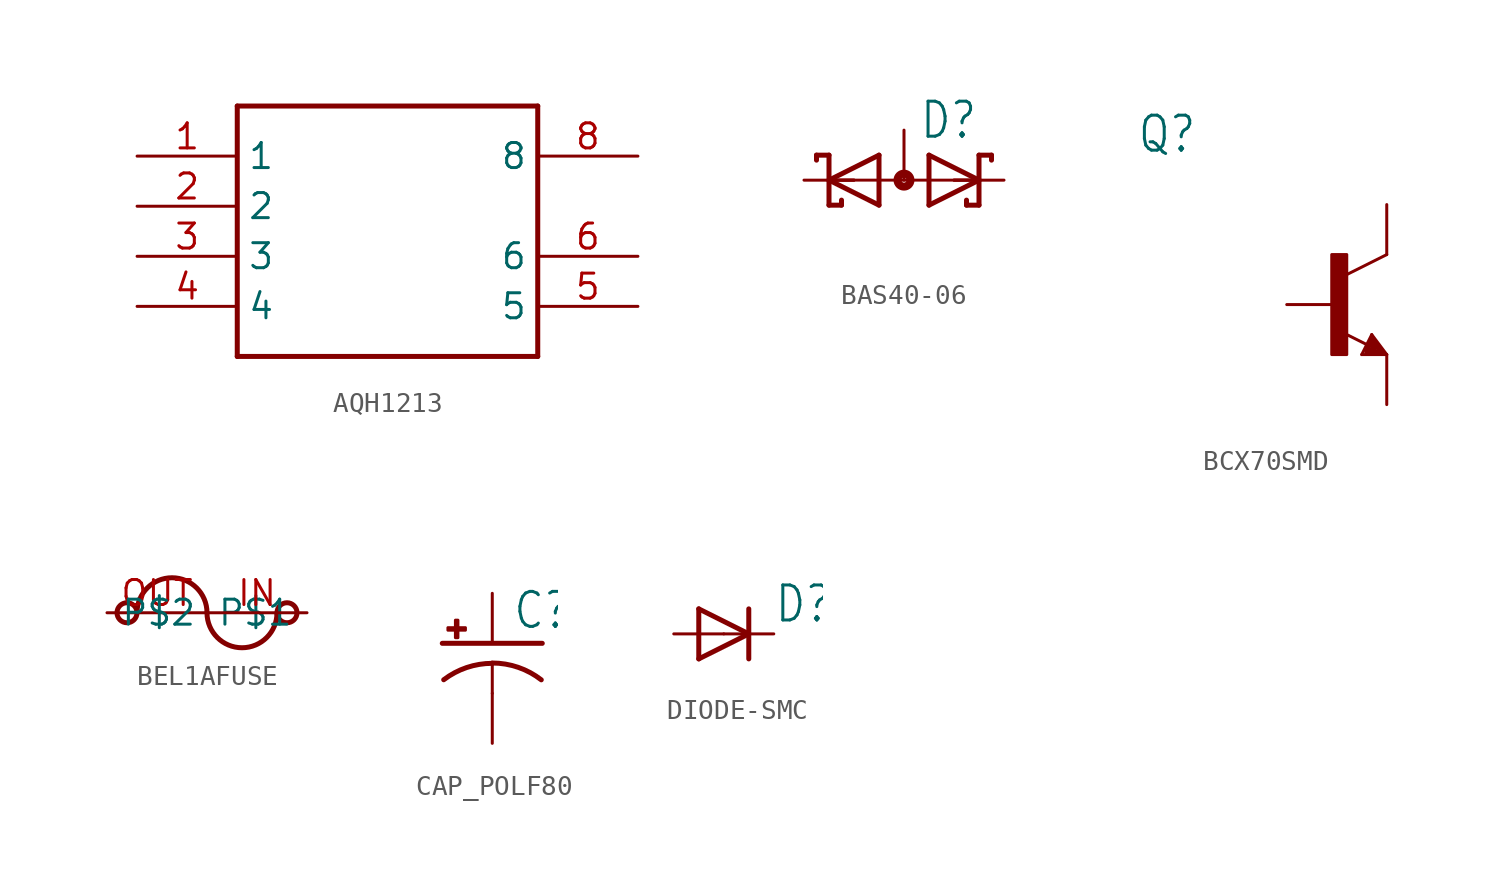
<source format=kicad_sym>
(kicad_symbol_lib
  (version 20220914)
  (generator kicad_symbol_editor)
  (symbol "AQH1213"
    (property "Reference" ""
      (at 0 0 0)
      (effects (font (size 1.27 1.27)) hide))
    (property "ki_locked" ""
      (at 0 0 0)
      (effects (font (size 1.27 1.27))))
    (symbol "AQH1213_1_0"
      (polyline (pts (xy -7.62 -7.62) (xy -7.62 5.08)) (stroke (width 0.254) (type solid)) (fill (type none)))
      (polyline (pts (xy -7.62 -7.62) (xy 7.62 -7.62)) (stroke (width 0.254) (type solid)) (fill (type none)))
      (polyline (pts (xy -7.62 5.08) (xy 7.62 5.08)) (stroke (width 0.254) (type solid)) (fill (type none)))
      (polyline (pts (xy 7.62 5.08) (xy 7.62 -7.62)) (stroke (width 0.254) (type solid)) (fill (type none)))
      (pin bidirectional line (at -12.7 2.54 0) (length 5.08) (name "1" (effects (font (size 1.27 1.27)))) (number "1" (effects (font (size 1.27 1.27)))))
      (pin bidirectional line (at -12.7 0 0) (length 5.08) (name "2" (effects (font (size 1.27 1.27)))) (number "2" (effects (font (size 1.27 1.27)))))
      (pin bidirectional line (at -12.7 -2.54 0) (length 5.08) (name "3" (effects (font (size 1.27 1.27)))) (number "3" (effects (font (size 1.27 1.27)))))
      (pin bidirectional line (at -12.7 -5.08 0) (length 5.08) (name "4" (effects (font (size 1.27 1.27)))) (number "4" (effects (font (size 1.27 1.27)))))
      (pin bidirectional line (at 12.7 -5.08 180) (length 5.08) (name "5" (effects (font (size 1.27 1.27)))) (number "5" (effects (font (size 1.27 1.27)))))
      (pin bidirectional line (at 12.7 -2.54 180) (length 5.08) (name "6" (effects (font (size 1.27 1.27)))) (number "6" (effects (font (size 1.27 1.27)))))
      (pin bidirectional line (at 12.7 2.54 180) (length 5.08) (name "8" (effects (font (size 1.27 1.27)))) (number "8" (effects (font (size 1.27 1.27)))))))
  (symbol "BAS40-06"
    (property "Reference" "D"
      (at 0.762 2.007 0)
      (effects (font (size 1.778 1.511)) (justify left bottom)))
    (property "Value" ""
      (at -4.318 -3.962 0)
      (effects (font (size 1.778 1.511)) (justify left bottom)))
    (property "ki_locked" ""
      (at 0 0 0)
      (effects (font (size 1.27 1.27))))
    (symbol "BAS40-06_1_0"
      (polyline (pts (xy -4.445 1.016) (xy -4.445 1.27)) (stroke (width 0.254) (type solid)) (fill (type none)))
      (polyline (pts (xy -4.445 1.27) (xy -3.81 1.27)) (stroke (width 0.254) (type solid)) (fill (type none)))
      (polyline (pts (xy -3.81 -1.27) (xy -3.175 -1.27)) (stroke (width 0.254) (type solid)) (fill (type none)))
      (polyline (pts (xy -3.81 0) (xy -3.81 -1.27)) (stroke (width 0.254) (type solid)) (fill (type none)))
      (polyline (pts (xy -3.81 0) (xy -1.27 1.27)) (stroke (width 0.254) (type solid)) (fill (type none)))
      (polyline (pts (xy -3.81 0) (xy 3.81 0)) (stroke (width 0.152) (type solid)) (fill (type none)))
      (polyline (pts (xy -3.81 1.27) (xy -3.81 0)) (stroke (width 0.254) (type solid)) (fill (type none)))
      (polyline (pts (xy -3.175 -1.016) (xy -3.175 -1.27)) (stroke (width 0.254) (type solid)) (fill (type none)))
      (polyline (pts (xy -2.54 0) (xy -3.81 0)) (stroke (width 0.152) (type solid)) (fill (type none)))
      (polyline (pts (xy -1.27 -1.27) (xy -3.81 0)) (stroke (width 0.254) (type solid)) (fill (type none)))
      (polyline (pts (xy -1.27 1.27) (xy -1.27 -1.27)) (stroke (width 0.254) (type solid)) (fill (type none)))
      (polyline (pts (xy 1.27 -1.27) (xy 1.27 1.27)) (stroke (width 0.254) (type solid)) (fill (type none)))
      (polyline (pts (xy 1.27 1.27) (xy 3.81 0)) (stroke (width 0.254) (type solid)) (fill (type none)))
      (polyline (pts (xy 2.54 0) (xy 3.81 0)) (stroke (width 0.152) (type solid)) (fill (type none)))
      (polyline (pts (xy 3.175 -1.27) (xy 3.81 -1.27)) (stroke (width 0.254) (type solid)) (fill (type none)))
      (polyline (pts (xy 3.175 -1.016) (xy 3.175 -1.27)) (stroke (width 0.254) (type solid)) (fill (type none)))
      (polyline (pts (xy 3.81 -1.27) (xy 3.81 0)) (stroke (width 0.254) (type solid)) (fill (type none)))
      (polyline (pts (xy 3.81 0) (xy 1.27 -1.27)) (stroke (width 0.254) (type solid)) (fill (type none)))
      (polyline (pts (xy 3.81 0) (xy 3.81 1.27)) (stroke (width 0.254) (type solid)) (fill (type none)))
      (polyline (pts (xy 3.81 1.27) (xy 4.445 1.27)) (stroke (width 0.254) (type solid)) (fill (type none)))
      (polyline (pts (xy 4.445 1.016) (xy 4.445 1.27)) (stroke (width 0.254) (type solid)) (fill (type none)))
      (circle (center 0 0) (radius 0.127) (stroke (width 0.406) (type solid)) (fill (type none)))
      (pin passive line (at -5.08 0 0) (length 2.54) (name "K1" (effects (font (size 0 0)))) (number "1" (effects (font (size 0 0)))))
      (pin passive line (at 5.08 0 180) (length 2.54) (name "K2" (effects (font (size 0 0)))) (number "2" (effects (font (size 0 0)))))
      (pin passive line (at 0 2.54 270) (length 2.54) (name "AA" (effects (font (size 0 0)))) (number "3" (effects (font (size 0 0)))))))
  (symbol "BCX70SMD"
    (property "Reference" "Q"
      (at -10.16 7.62 0)
      (effects (font (size 1.778 1.511)) (justify left bottom)))
    (property "Value" ""
      (at -10.16 5.08 0)
      (effects (font (size 1.778 1.511)) (justify left bottom)))
    (property "ki_locked" ""
      (at 0 0 0)
      (effects (font (size 1.27 1.27))))
    (symbol "BCX70SMD_1_0"
      (rectangle (start -0.254 -2.54) (end 0.508 2.54) (stroke (width 0) (type default)) (fill (type outline)))
      (polyline (pts (xy 1.27 -2.54) (xy 1.778 -1.524)) (stroke (width 0.152) (type solid)) (fill (type none)))
      (polyline (pts (xy 1.524 -2.413) (xy 2.286 -2.413)) (stroke (width 0.254) (type solid)) (fill (type none)))
      (polyline (pts (xy 1.524 -2.286) (xy 1.905 -2.286)) (stroke (width 0.254) (type solid)) (fill (type none)))
      (polyline (pts (xy 1.54 -2.04) (xy 0.308 -1.424)) (stroke (width 0.152) (type solid)) (fill (type none)))
      (polyline (pts (xy 1.778 -1.778) (xy 1.524 -2.286)) (stroke (width 0.254) (type solid)) (fill (type none)))
      (polyline (pts (xy 1.778 -1.524) (xy 2.54 -2.54)) (stroke (width 0.152) (type solid)) (fill (type none)))
      (polyline (pts (xy 1.905 -2.286) (xy 1.778 -2.032)) (stroke (width 0.254) (type solid)) (fill (type none)))
      (polyline (pts (xy 2.286 -2.413) (xy 1.778 -1.778)) (stroke (width 0.254) (type solid)) (fill (type none)))
      (polyline (pts (xy 2.54 -2.54) (xy 1.27 -2.54)) (stroke (width 0.152) (type solid)) (fill (type none)))
      (polyline (pts (xy 2.54 2.54) (xy 0.508 1.524)) (stroke (width 0.152) (type solid)) (fill (type none)))
      (pin passive line (at -2.54 0 0) (length 2.54) (name "B" (effects (font (size 0 0)))) (number "1" (effects (font (size 0 0)))))
      (pin passive line (at 2.54 -5.08 90) (length 2.54) (name "E" (effects (font (size 0 0)))) (number "2" (effects (font (size 0 0)))))
      (pin passive line (at 2.54 5.08 270) (length 2.54) (name "C" (effects (font (size 0 0)))) (number "3" (effects (font (size 0 0)))))))
  (symbol "BEL1AFUSE"
    (property "Reference" ""
      (at 0 0 0)
      (effects (font (size 1.27 1.27)) hide))
    (property "ki_locked" ""
      (at 0 0 0)
      (effects (font (size 1.27 1.27))))
    (symbol "BEL1AFUSE_1_0"
      (circle (center -4.064 0) (radius 0.508) (stroke (width 0.254) (type solid)) (fill (type none)))
      (arc (start 0 0) (mid -1.778 1.778) (end -3.556 0) (stroke (width 0.254) (type solid)) (fill (type none)))
      (arc (start 0 0) (mid 1.778 -1.778) (end 3.556 0) (stroke (width 0.254) (type solid)) (fill (type none)))
      (circle (center 4.064 0) (radius 0.508) (stroke (width 0.254) (type solid)) (fill (type none)))
      (pin bidirectional line (at 5.08 0 180) (length 5.08) (name "P$2" (effects (font (size 1.27 1.27)))) (number "IN" (effects (font (size 1.27 1.27)))))
      (pin bidirectional line (at -5.08 0 0) (length 5.08) (name "P$1" (effects (font (size 1.27 1.27)))) (number "OUT" (effects (font (size 1.27 1.27)))))))
  (symbol "CAP_POLF80"
    (property "Reference" "C"
      (at 1.016 0.635 0)
      (effects (font (size 1.778 1.511)) (justify left bottom)))
    (property "Value" ""
      (at 1.016 -4.191 0)
      (effects (font (size 1.778 1.511)) (justify left bottom)))
    (property "ki_locked" ""
      (at 0 0 0)
      (effects (font (size 1.27 1.27))))
    (symbol "CAP_POLF80_1_0"
      (rectangle (start -2.253 0.668) (end -1.364 0.795) (stroke (width 0) (type default)) (fill (type outline)))
      (rectangle (start -1.872 0.287) (end -1.745 1.176) (stroke (width 0) (type default)) (fill (type outline)))
      (arc (start 0 -1.0161) (mid -1.3021 -1.2303) (end -2.4669 -1.8504) (stroke (width 0.254) (type solid)) (fill (type none)))
      (polyline (pts (xy -2.54 0) (xy 2.54 0)) (stroke (width 0.254) (type solid)) (fill (type none)))
      (polyline (pts (xy 0 -1.016) (xy 0 -2.54)) (stroke (width 0.152) (type solid)) (fill (type none)))
      (arc (start 2.4892 -1.8541) (mid 1.3158 -1.2194) (end 0 -1) (stroke (width 0.254) (type solid)) (fill (type none)))
      (pin passive line (at 0 2.54 270) (length 2.54) (name "+" (effects (font (size 0 0)))) (number "+" (effects (font (size 0 0)))))
      (pin passive line (at 0 -5.08 90) (length 2.54) (name "-" (effects (font (size 0 0)))) (number "-" (effects (font (size 0 0)))))))
  (symbol "DIODE-SMC"
    (property "Reference" "D"
      (at 2.54 0.483 0)
      (effects (font (size 1.778 1.511)) (justify left bottom)))
    (property "Value" ""
      (at 2.54 -2.311 0)
      (effects (font (size 1.778 1.511)) (justify left bottom)))
    (property "ki_locked" ""
      (at 0 0 0)
      (effects (font (size 1.27 1.27))))
    (symbol "DIODE-SMC_1_0"
      (polyline (pts (xy -1.27 -1.27) (xy 1.27 0)) (stroke (width 0.254) (type solid)) (fill (type none)))
      (polyline (pts (xy -1.27 1.27) (xy -1.27 -1.27)) (stroke (width 0.254) (type solid)) (fill (type none)))
      (polyline (pts (xy 1.27 0) (xy -1.27 1.27)) (stroke (width 0.254) (type solid)) (fill (type none)))
      (polyline (pts (xy 1.27 0) (xy 1.27 -1.27)) (stroke (width 0.254) (type solid)) (fill (type none)))
      (polyline (pts (xy 1.27 1.27) (xy 1.27 0)) (stroke (width 0.254) (type solid)) (fill (type none)))
      (pin passive line (at -2.54 0 0) (length 2.54) (name "A" (effects (font (size 0 0)))) (number "A" (effects (font (size 0 0)))))
      (pin passive line (at 2.54 0 180) (length 2.54) (name "C" (effects (font (size 0 0)))) (number "C" (effects (font (size 0 0))))))))
</source>
